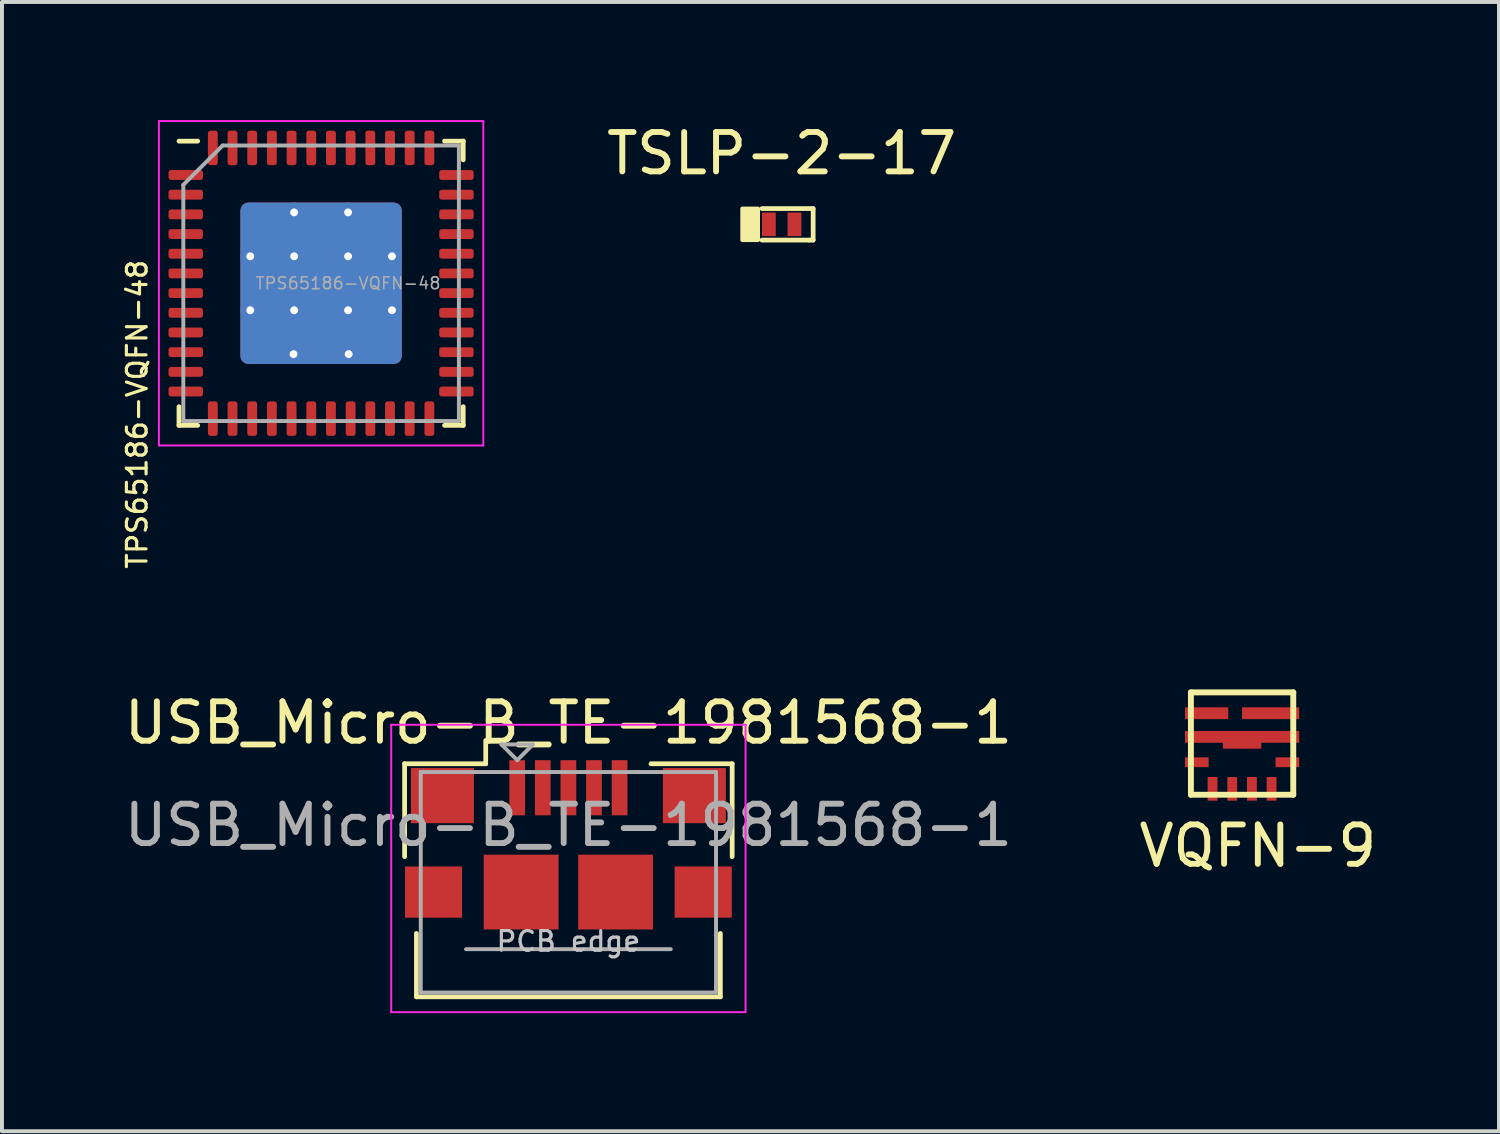
<source format=kicad_pcb>
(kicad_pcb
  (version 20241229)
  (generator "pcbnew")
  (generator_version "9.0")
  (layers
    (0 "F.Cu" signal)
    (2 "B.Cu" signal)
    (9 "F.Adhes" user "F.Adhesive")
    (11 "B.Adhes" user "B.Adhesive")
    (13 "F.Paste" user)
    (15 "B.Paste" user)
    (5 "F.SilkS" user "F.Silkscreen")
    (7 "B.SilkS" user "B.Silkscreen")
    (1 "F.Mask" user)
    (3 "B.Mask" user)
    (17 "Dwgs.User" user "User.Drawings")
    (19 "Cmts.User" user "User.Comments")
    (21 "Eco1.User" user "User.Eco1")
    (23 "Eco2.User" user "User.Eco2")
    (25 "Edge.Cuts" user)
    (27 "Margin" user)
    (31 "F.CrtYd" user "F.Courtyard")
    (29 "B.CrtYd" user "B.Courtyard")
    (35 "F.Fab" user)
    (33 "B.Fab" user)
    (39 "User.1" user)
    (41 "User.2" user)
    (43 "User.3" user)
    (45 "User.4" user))
  (footprint "USB_Micro-B_TE-1981568-1"
    (layer "F.Cu")
    (at 11.387 19.609)
    (property "Reference" "USB_Micro-B_TE-1981568-1" (at 0 -4.3 0) (layer "F.SilkS") (effects (font (size 1 1) (thickness 0.15))))
    (attr smd)
    (fp_line (start -4.16 -3.26) (end -2.1 -3.26) (stroke (width 0.12) (type solid)) (layer "F.SilkS"))
    (fp_line (start -4.16 -0.9) (end -4.16 -3.26) (stroke (width 0.12) (type solid)) (layer "F.SilkS"))
    (fp_line (start -3.86 2.66) (end -3.86 1.05) (stroke (width 0.12) (type solid)) (layer "F.SilkS"))
    (fp_line (start -3.86 2.66) (end 3.86 2.66) (stroke (width 0.12) (type solid)) (layer "F.SilkS"))
    (fp_line (start -2.1 -3.26) (end -2.1 -3.85) (stroke (width 0.12) (type solid)) (layer "F.SilkS"))
    (fp_line (start 3.86 2.66) (end 3.86 1.05) (stroke (width 0.12) (type solid)) (layer "F.SilkS"))
    (fp_line (start 4.16 -3.26) (end 2.1 -3.26) (stroke (width 0.12) (type solid)) (layer "F.SilkS"))
    (fp_line (start 4.16 -0.9) (end 4.16 -3.26) (stroke (width 0.12) (type solid)) (layer "F.SilkS"))
    (fp_line (start -4.5 -4.25) (end -4.5 3.05) (stroke (width 0.05) (type solid)) (layer "F.CrtYd"))
    (fp_line (start -4.5 3.05) (end 4.5 3.05) (stroke (width 0.05) (type solid)) (layer "F.CrtYd"))
    (fp_line (start 4.5 -4.25) (end -4.5 -4.25) (stroke (width 0.05) (type solid)) (layer "F.CrtYd"))
    (fp_line (start 4.5 3.05) (end 4.5 -4.25) (stroke (width 0.05) (type solid)) (layer "F.CrtYd"))
    (fp_line (start -3.75 -3.05) (end 3.75 -3.05) (stroke (width 0.1) (type solid)) (layer "F.Fab"))
    (fp_line (start -3.75 2.55) (end -3.75 -3.05) (stroke (width 0.1) (type solid)) (layer "F.Fab"))
    (fp_line (start -2.6 1.45) (end 2.6 1.45) (stroke (width 0.1) (type solid)) (layer "F.Fab"))
    (fp_line (start -1.7 -3.75) (end -1.3 -3.35) (stroke (width 0.1) (type solid)) (layer "F.Fab"))
    (fp_line (start -1.3 -3.35) (end -0.9 -3.75) (stroke (width 0.1) (type solid)) (layer "F.Fab"))
    (fp_line (start -0.9 -3.75) (end -1.7 -3.75) (stroke (width 0.1) (type solid)) (layer "F.Fab"))
    (fp_line (start 3.75 -3.05) (end 3.75 2.55) (stroke (width 0.1) (type solid)) (layer "F.Fab"))
    (fp_line (start 3.75 2.55) (end -3.75 2.55) (stroke (width 0.1) (type solid)) (layer "F.Fab"))
    (fp_text user "PCB edge" (at 0 1.25 0) (layer "Dwgs.User") (effects (font (size 0.5 0.5) (thickness 0.08))))
    (fp_text user "${REFERENCE}" (at 0 -1.7 0) (layer "F.Fab") (effects (font (size 1 1) (thickness 0.15))))
    (pad "1" smd rect (at -1.3 -2.65) (size 0.4 1.4) (layers "F.Cu" "F.Mask" "F.Paste"))
    (pad "2" smd rect (at -0.65 -2.65) (size 0.4 1.4) (layers "F.Cu" "F.Mask" "F.Paste"))
    (pad "3" smd rect (at 0 -2.65) (size 0.4 1.4) (layers "F.Cu" "F.Mask" "F.Paste"))
    (pad "4" smd rect (at 0.65 -2.65) (size 0.4 1.4) (layers "F.Cu" "F.Mask" "F.Paste"))
    (pad "5" smd rect (at 1.3 -2.65) (size 0.4 1.4) (layers "F.Cu" "F.Mask" "F.Paste"))
    (pad "6" smd rect (at -3.425 0) (size 1.45 1.3) (layers "F.Cu" "F.Mask" "F.Paste"))
    (pad "6" smd rect (at -3.2 -2.45) (size 1.6 1.4) (layers "F.Cu" "F.Mask" "F.Paste"))
    (pad "6" smd rect (at -1.2 0) (size 1.9 1.9) (layers "F.Cu" "F.Mask" "F.Paste"))
    (pad "6" smd rect (at 1.2 0) (size 1.9 1.9) (layers "F.Cu" "F.Mask" "F.Paste"))
    (pad "6" smd rect (at 3.2 -2.45) (size 1.6 1.4) (layers "F.Cu" "F.Mask" "F.Paste"))
    (pad "6" smd rect (at 3.425 0) (size 1.45 1.3) (layers "F.Cu" "F.Mask" "F.Paste")))
  (footprint "TSLP-2-17"
    (layer "F.Cu")
    (at 16.804 2.648)
    (property "Reference" "TSLP-2-17" (at 0 -1.8 0) (layer "F.SilkS") (effects (font (size 1 1) (thickness 0.15))))
    (attr through_hole)
    (fp_line (start -0.5 -0.4) (end 0.8 -0.4) (stroke (width 0.12) (type solid)) (layer "F.SilkS"))
    (fp_line (start 0.7 0.4) (end -0.5 0.4) (stroke (width 0.12) (type solid)) (layer "F.SilkS"))
    (fp_line (start 0.8 -0.4) (end 0.8 0.4) (stroke (width 0.12) (type solid)) (layer "F.SilkS"))
    (fp_line (start 0.8 0.4) (end 0.7 0.4) (stroke (width 0.12) (type solid)) (layer "F.SilkS"))
    (fp_poly (pts (xy -0.6 0.4) (xy -1 0.4) (xy -1 -0.4) (xy -0.6 -0.4)) (stroke (width 0.1) (type solid)) (fill yes) (layer "F.SilkS"))
    (pad "1" smd rect (at -0.325 0) (size 0.35 0.6) (layers "F.Cu" "F.Mask" "F.Paste"))
    (pad "2" smd rect (at 0.325 0) (size 0.35 0.6) (layers "F.Cu" "F.Mask" "F.Paste")))
  (footprint "TPS65186-VQFN-48"
    (layer "F.Cu")
    (at 5.106 4.145)
    (property "Reference" "TPS65186-VQFN-48" (at -4.673 3.329 90) (layer "F.SilkS") (effects (font (size 0.5 0.5) (thickness 0.08))))
    (attr smd)
    (fp_line (start -3.61 3.61) (end -3.61 3.135) (stroke (width 0.12) (type solid)) (layer "F.SilkS"))
    (fp_line (start -3.135 -3.61) (end -3.61 -3.61) (stroke (width 0.12) (type solid)) (layer "F.SilkS"))
    (fp_line (start -3.135 3.61) (end -3.61 3.61) (stroke (width 0.12) (type solid)) (layer "F.SilkS"))
    (fp_line (start 3.135 -3.61) (end 3.61 -3.61) (stroke (width 0.12) (type solid)) (layer "F.SilkS"))
    (fp_line (start 3.135 3.61) (end 3.61 3.61) (stroke (width 0.12) (type solid)) (layer "F.SilkS"))
    (fp_line (start 3.61 -3.61) (end 3.61 -3.135) (stroke (width 0.12) (type solid)) (layer "F.SilkS"))
    (fp_line (start 3.61 3.61) (end 3.61 3.135) (stroke (width 0.12) (type solid)) (layer "F.SilkS"))
    (fp_line (start -4.12 -4.12) (end -4.12 4.12) (stroke (width 0.05) (type solid)) (layer "F.CrtYd"))
    (fp_line (start -4.12 4.12) (end 4.12 4.12) (stroke (width 0.05) (type solid)) (layer "F.CrtYd"))
    (fp_line (start 4.12 -4.12) (end -4.12 -4.12) (stroke (width 0.05) (type solid)) (layer "F.CrtYd"))
    (fp_line (start 4.12 4.12) (end 4.12 -4.12) (stroke (width 0.05) (type solid)) (layer "F.CrtYd"))
    (fp_line (start -3.5 -2.5) (end -2.5 -3.5) (stroke (width 0.1) (type solid)) (layer "F.Fab"))
    (fp_line (start -3.5 3.5) (end -3.5 -2.5) (stroke (width 0.1) (type solid)) (layer "F.Fab"))
    (fp_line (start -2.5 -3.5) (end 3.5 -3.5) (stroke (width 0.1) (type solid)) (layer "F.Fab"))
    (fp_line (start 3.5 -3.5) (end 3.5 3.5) (stroke (width 0.1) (type solid)) (layer "F.Fab"))
    (fp_line (start 3.5 3.5) (end -3.5 3.5) (stroke (width 0.1) (type solid)) (layer "F.Fab"))
    (fp_text user "${REFERENCE}" (at 0.685 0 0) (layer "F.Fab") (effects (font (size 0.3 0.3) (thickness 0.04))))
    (pad "" smd roundrect (at -1.37 -1.37) (size 1.17 1.17) (layers "F.Paste") (roundrect_rratio 0.12))
    (pad "" smd roundrect (at -1.37 0) (size 1.17 1.17) (layers "F.Paste") (roundrect_rratio 0.12))
    (pad "" smd roundrect (at -1.37 1.37) (size 1.17 1.17) (layers "F.Paste") (roundrect_rratio 0.12))
    (pad "" smd roundrect (at 0 -1.37) (size 1.17 1.17) (layers "F.Paste") (roundrect_rratio 0.12))
    (pad "" smd roundrect (at 0 0) (size 1.17 1.17) (layers "F.Paste") (roundrect_rratio 0.12))
    (pad "" smd roundrect (at 0 1.37) (size 1.17 1.17) (layers "F.Paste") (roundrect_rratio 0.12))
    (pad "" smd roundrect (at 1.37 -1.37) (size 1.17 1.17) (layers "F.Paste") (roundrect_rratio 0.12))
    (pad "" smd roundrect (at 1.37 0) (size 1.17 1.17) (layers "F.Paste") (roundrect_rratio 0.12))
    (pad "" smd roundrect (at 1.37 1.37) (size 1.17 1.17) (layers "F.Paste") (roundrect_rratio 0.12))
    (pad "1" smd roundrect (at -3.438 -2.75) (size 0.875 0.25) (layers "F.Cu" "F.Mask" "F.Paste") (roundrect_rratio 0.25))
    (pad "2" smd roundrect (at -3.438 -2.25) (size 0.875 0.25) (layers "F.Cu" "F.Mask" "F.Paste") (roundrect_rratio 0.25))
    (pad "3" smd roundrect (at -3.438 -1.75) (size 0.875 0.25) (layers "F.Cu" "F.Mask" "F.Paste") (roundrect_rratio 0.25))
    (pad "4" smd roundrect (at -3.438 -1.25) (size 0.875 0.25) (layers "F.Cu" "F.Mask" "F.Paste") (roundrect_rratio 0.25))
    (pad "5" smd roundrect (at -3.438 -0.75) (size 0.875 0.25) (layers "F.Cu" "F.Mask" "F.Paste") (roundrect_rratio 0.25))
    (pad "6" smd roundrect (at -3.438 -0.25) (size 0.875 0.25) (layers "F.Cu" "F.Mask" "F.Paste") (roundrect_rratio 0.25))
    (pad "7" smd roundrect (at -3.438 0.25) (size 0.875 0.25) (layers "F.Cu" "F.Mask" "F.Paste") (roundrect_rratio 0.25))
    (pad "8" smd roundrect (at -3.438 0.75) (size 0.875 0.25) (layers "F.Cu" "F.Mask" "F.Paste") (roundrect_rratio 0.25))
    (pad "9" smd roundrect (at -3.438 1.25) (size 0.875 0.25) (layers "F.Cu" "F.Mask" "F.Paste") (roundrect_rratio 0.25))
    (pad "10" smd roundrect (at -3.438 1.75) (size 0.875 0.25) (layers "F.Cu" "F.Mask" "F.Paste") (roundrect_rratio 0.25))
    (pad "11" smd roundrect (at -3.438 2.25) (size 0.875 0.25) (layers "F.Cu" "F.Mask" "F.Paste") (roundrect_rratio 0.25))
    (pad "12" smd roundrect (at -3.438 2.75) (size 0.875 0.25) (layers "F.Cu" "F.Mask" "F.Paste") (roundrect_rratio 0.25))
    (pad "13" smd roundrect (at -2.75 3.438) (size 0.25 0.875) (layers "F.Cu" "F.Mask" "F.Paste") (roundrect_rratio 0.25))
    (pad "14" smd roundrect (at -2.25 3.438) (size 0.25 0.875) (layers "F.Cu" "F.Mask" "F.Paste") (roundrect_rratio 0.25))
    (pad "15" smd roundrect (at -1.75 3.438) (size 0.25 0.875) (layers "F.Cu" "F.Mask" "F.Paste") (roundrect_rratio 0.25))
    (pad "16" smd roundrect (at -1.25 3.438) (size 0.25 0.875) (layers "F.Cu" "F.Mask" "F.Paste") (roundrect_rratio 0.25))
    (pad "17" smd roundrect (at -0.75 3.438) (size 0.25 0.875) (layers "F.Cu" "F.Mask" "F.Paste") (roundrect_rratio 0.25))
    (pad "18" smd roundrect (at -0.25 3.438) (size 0.25 0.875) (layers "F.Cu" "F.Mask" "F.Paste") (roundrect_rratio 0.25))
    (pad "19" smd roundrect (at 0.25 3.438) (size 0.25 0.875) (layers "F.Cu" "F.Mask" "F.Paste") (roundrect_rratio 0.25))
    (pad "20" smd roundrect (at 0.75 3.438) (size 0.25 0.875) (layers "F.Cu" "F.Mask" "F.Paste") (roundrect_rratio 0.25))
    (pad "21" smd roundrect (at 1.25 3.438) (size 0.25 0.875) (layers "F.Cu" "F.Mask" "F.Paste") (roundrect_rratio 0.25))
    (pad "22" smd roundrect (at 1.75 3.438) (size 0.25 0.875) (layers "F.Cu" "F.Mask" "F.Paste") (roundrect_rratio 0.25))
    (pad "23" smd roundrect (at 2.25 3.438) (size 0.25 0.875) (layers "F.Cu" "F.Mask" "F.Paste") (roundrect_rratio 0.25))
    (pad "24" smd roundrect (at 2.75 3.438) (size 0.25 0.875) (layers "F.Cu" "F.Mask" "F.Paste") (roundrect_rratio 0.25))
    (pad "25" smd roundrect (at 3.438 2.75) (size 0.875 0.25) (layers "F.Cu" "F.Mask" "F.Paste") (roundrect_rratio 0.25))
    (pad "26" smd roundrect (at 3.438 2.25) (size 0.875 0.25) (layers "F.Cu" "F.Mask" "F.Paste") (roundrect_rratio 0.25))
    (pad "27" smd roundrect (at 3.438 1.75) (size 0.875 0.25) (layers "F.Cu" "F.Mask" "F.Paste") (roundrect_rratio 0.25))
    (pad "28" smd roundrect (at 3.438 1.25) (size 0.875 0.25) (layers "F.Cu" "F.Mask" "F.Paste") (roundrect_rratio 0.25))
    (pad "29" smd roundrect (at 3.438 0.75) (size 0.875 0.25) (layers "F.Cu" "F.Mask" "F.Paste") (roundrect_rratio 0.25))
    (pad "30" smd roundrect (at 3.438 0.25) (size 0.875 0.25) (layers "F.Cu" "F.Mask" "F.Paste") (roundrect_rratio 0.25))
    (pad "31" smd roundrect (at 3.438 -0.25) (size 0.875 0.25) (layers "F.Cu" "F.Mask" "F.Paste") (roundrect_rratio 0.25))
    (pad "32" smd roundrect (at 3.438 -0.75) (size 0.875 0.25) (layers "F.Cu" "F.Mask" "F.Paste") (roundrect_rratio 0.25))
    (pad "33" smd roundrect (at 3.438 -1.25) (size 0.875 0.25) (layers "F.Cu" "F.Mask" "F.Paste") (roundrect_rratio 0.25))
    (pad "34" smd roundrect (at 3.438 -1.75) (size 0.875 0.25) (layers "F.Cu" "F.Mask" "F.Paste") (roundrect_rratio 0.25))
    (pad "35" smd roundrect (at 3.438 -2.25) (size 0.875 0.25) (layers "F.Cu" "F.Mask" "F.Paste") (roundrect_rratio 0.25))
    (pad "36" smd roundrect (at 3.438 -2.75) (size 0.875 0.25) (layers "F.Cu" "F.Mask" "F.Paste") (roundrect_rratio 0.25))
    (pad "37" smd roundrect (at 2.75 -3.438) (size 0.25 0.875) (layers "F.Cu" "F.Mask" "F.Paste") (roundrect_rratio 0.25))
    (pad "38" smd roundrect (at 2.25 -3.438) (size 0.25 0.875) (layers "F.Cu" "F.Mask" "F.Paste") (roundrect_rratio 0.25))
    (pad "39" smd roundrect (at 1.75 -3.438) (size 0.25 0.875) (layers "F.Cu" "F.Mask" "F.Paste") (roundrect_rratio 0.25))
    (pad "40" smd roundrect (at 1.25 -3.438) (size 0.25 0.875) (layers "F.Cu" "F.Mask" "F.Paste") (roundrect_rratio 0.25))
    (pad "41" smd roundrect (at 0.75 -3.438) (size 0.25 0.875) (layers "F.Cu" "F.Mask" "F.Paste") (roundrect_rratio 0.25))
    (pad "42" smd roundrect (at 0.25 -3.438) (size 0.25 0.875) (layers "F.Cu" "F.Mask" "F.Paste") (roundrect_rratio 0.25))
    (pad "43" smd roundrect (at -0.25 -3.438) (size 0.25 0.875) (layers "F.Cu" "F.Mask" "F.Paste") (roundrect_rratio 0.25))
    (pad "44" smd roundrect (at -0.75 -3.438) (size 0.25 0.875) (layers "F.Cu" "F.Mask" "F.Paste") (roundrect_rratio 0.25))
    (pad "45" smd roundrect (at -1.25 -3.438) (size 0.25 0.875) (layers "F.Cu" "F.Mask" "F.Paste") (roundrect_rratio 0.25))
    (pad "46" smd roundrect (at -1.75 -3.438) (size 0.25 0.875) (layers "F.Cu" "F.Mask" "F.Paste") (roundrect_rratio 0.25))
    (pad "47" smd roundrect (at -2.25 -3.438) (size 0.25 0.875) (layers "F.Cu" "F.Mask" "F.Paste") (roundrect_rratio 0.25))
    (pad "48" smd roundrect (at -2.75 -3.438) (size 0.25 0.875) (layers "F.Cu" "F.Mask" "F.Paste") (roundrect_rratio 0.25))
    (pad "49" thru_hole circle (at -1.8 -0.685) (size 0.5 0.5) (drill 0.2) (layers "*.Cu"))
    (pad "49" thru_hole circle (at -1.8 0.685) (size 0.5 0.5) (drill 0.2) (layers "*.Cu"))
    (pad "49" thru_hole circle (at -0.7 1.8) (size 0.5 0.5) (drill 0.2) (layers "*.Cu"))
    (pad "49" thru_hole circle (at -0.685 -1.8) (size 0.5 0.5) (drill 0.2) (layers "*.Cu"))
    (pad "49" thru_hole circle (at -0.685 -0.685) (size 0.5 0.5) (drill 0.2) (layers "*.Cu"))
    (pad "49" thru_hole circle (at -0.685 0.685) (size 0.5 0.5) (drill 0.2) (layers "*.Cu"))
    (pad "49" smd roundrect (at 0 0) (size 4.1 4.1) (layers "F.Cu" "F.Mask") (roundrect_rratio 0.049))
    (pad "49" smd roundrect (at 0 0) (size 4.1 4.1) (layers "B.Cu") (roundrect_rratio 0.049))
    (pad "49" thru_hole circle (at 0.685 -1.8) (size 0.5 0.5) (drill 0.2) (layers "*.Cu"))
    (pad "49" thru_hole circle (at 0.685 -0.685) (size 0.5 0.5) (drill 0.2) (layers "*.Cu"))
    (pad "49" thru_hole circle (at 0.685 0.685) (size 0.5 0.5) (drill 0.2) (layers "*.Cu"))
    (pad "49" thru_hole circle (at 0.7 1.8) (size 0.5 0.5) (drill 0.2) (layers "*.Cu"))
    (pad "49" thru_hole circle (at 1.8 -0.685) (size 0.5 0.5) (drill 0.2) (layers "*.Cu"))
    (pad "49" thru_hole circle (at 1.8 0.685) (size 0.5 0.5) (drill 0.2) (layers "*.Cu")))
  (footprint "VQFN-9"
    (layer "F.Cu")
    (at 28.499 15.836)
    (property "Reference" "VQFN-9" (at 0.4 2.6 0) (layer "F.SilkS") (effects (font (size 1 1) (thickness 0.15))))
    (attr through_hole)
    (fp_line (start -1.3 -1.3) (end 1.3 -1.3) (stroke (width 0.15) (type solid)) (layer "F.SilkS"))
    (fp_line (start -1.3 1.3) (end -1.3 -1.3) (stroke (width 0.15) (type solid)) (layer "F.SilkS"))
    (fp_line (start 1.3 -1.3) (end 1.3 1.3) (stroke (width 0.15) (type solid)) (layer "F.SilkS"))
    (fp_line (start 1.3 1.3) (end -1.3 1.3) (stroke (width 0.15) (type solid)) (layer "F.SilkS"))
    (pad "1" smd rect (at -0.9 -0.77) (size 1.1 0.3) (layers "F.Cu" "F.Mask" "F.Paste"))
    (pad "2" smd custom (at 0 -0.17) (size 1.1 0.3) (layers "F.Cu" "F.Mask" "F.Paste") (options (anchor rect)) (primitives (gr_poly (pts (xy -1.45 -0.15) (xy 1.45 -0.15) (xy 1.45 0.15) (xy 0.487 0.15) (xy 0.487 0.3) (xy -0.487 0.3) (xy -0.487 0.15) (xy -1.45 0.15)) (width 0) (fill yes))))
    (pad "3" smd rect (at -1.15 0.475) (size 0.6 0.25) (layers "F.Cu" "F.Mask" "F.Paste"))
    (pad "4" smd rect (at -0.75 1.15 90) (size 0.6 0.25) (layers "F.Cu" "F.Mask" "F.Paste"))
    (pad "5" smd rect (at -0.25 1.15 90) (size 0.6 0.25) (layers "F.Cu" "F.Mask" "F.Paste"))
    (pad "6" smd rect (at 0.25 1.15 90) (size 0.6 0.25) (layers "F.Cu" "F.Mask" "F.Paste"))
    (pad "7" smd rect (at 0.75 1.15 270) (size 0.6 0.25) (layers "F.Cu" "F.Mask" "F.Paste"))
    (pad "8" smd rect (at 1.15 0.475 180) (size 0.6 0.25) (layers "F.Cu" "F.Mask" "F.Paste"))
    (pad "9" smd rect (at 0.725 -0.77) (size 1.45 0.3) (layers "F.Cu" "F.Mask" "F.Paste")))
  (gr_rect
    (start -3 -3)
    (end 35.024 25.684)
    (stroke (width 0.1) (type default))
    (fill no)
    (layer "Edge.Cuts")))
</source>
